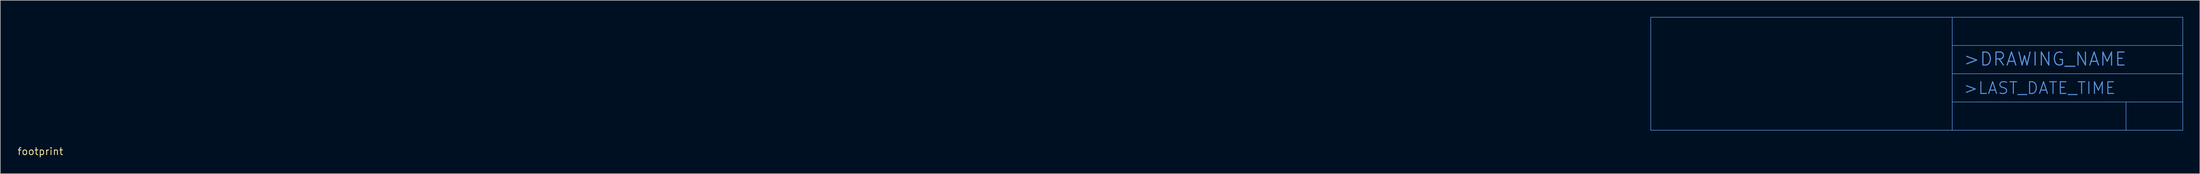
<source format=kicad_pcb>
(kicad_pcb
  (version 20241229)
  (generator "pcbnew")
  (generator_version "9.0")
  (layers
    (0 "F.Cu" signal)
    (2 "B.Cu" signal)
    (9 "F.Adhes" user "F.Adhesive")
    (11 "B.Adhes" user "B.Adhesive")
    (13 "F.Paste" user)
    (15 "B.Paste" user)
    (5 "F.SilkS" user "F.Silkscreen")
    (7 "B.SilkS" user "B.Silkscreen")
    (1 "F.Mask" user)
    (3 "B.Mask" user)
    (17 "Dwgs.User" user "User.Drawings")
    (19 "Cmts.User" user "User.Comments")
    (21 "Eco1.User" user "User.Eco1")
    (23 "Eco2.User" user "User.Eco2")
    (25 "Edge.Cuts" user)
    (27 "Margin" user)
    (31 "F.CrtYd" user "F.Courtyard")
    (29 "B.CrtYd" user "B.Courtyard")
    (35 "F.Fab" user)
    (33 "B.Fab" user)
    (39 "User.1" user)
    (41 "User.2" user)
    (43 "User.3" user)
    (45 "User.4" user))
  (footprint "footprint"
    (layer "F.Cu")
    (at 4.18 24.181)
    (property "Reference" "footprint" (at 0 0 0) (layer "F.SilkS") (effects (font (size 1.27 1.27) (thickness 0.15))))
    (fp_line (start 288.29 -24.13) (end 342.265 -24.13) (stroke (width 0.102) (type solid)) (layer "Cmts.User"))
    (fp_line (start 288.29 -3.81) (end 288.29 -24.13) (stroke (width 0.102) (type solid)) (layer "Cmts.User"))
    (fp_line (start 288.29 -3.81) (end 342.265 -3.81) (stroke (width 0.102) (type solid)) (layer "Cmts.User"))
    (fp_line (start 342.265 -24.13) (end 383.54 -24.13) (stroke (width 0.102) (type solid)) (layer "Cmts.User"))
    (fp_line (start 342.265 -19.05) (end 342.265 -24.13) (stroke (width 0.102) (type solid)) (layer "Cmts.User"))
    (fp_line (start 342.265 -19.05) (end 383.54 -19.05) (stroke (width 0.102) (type solid)) (layer "Cmts.User"))
    (fp_line (start 342.265 -13.97) (end 342.265 -19.05) (stroke (width 0.102) (type solid)) (layer "Cmts.User"))
    (fp_line (start 342.265 -13.97) (end 383.54 -13.97) (stroke (width 0.102) (type solid)) (layer "Cmts.User"))
    (fp_line (start 342.265 -8.89) (end 342.265 -13.97) (stroke (width 0.102) (type solid)) (layer "Cmts.User"))
    (fp_line (start 342.265 -8.89) (end 342.265 -3.81) (stroke (width 0.102) (type solid)) (layer "Cmts.User"))
    (fp_line (start 342.265 -3.81) (end 373.38 -3.81) (stroke (width 0.102) (type solid)) (layer "Cmts.User"))
    (fp_line (start 373.38 -8.89) (end 342.265 -8.89) (stroke (width 0.102) (type solid)) (layer "Cmts.User"))
    (fp_line (start 373.38 -8.89) (end 383.54 -8.89) (stroke (width 0.102) (type solid)) (layer "Cmts.User"))
    (fp_line (start 373.38 -3.81) (end 373.38 -8.89) (stroke (width 0.102) (type solid)) (layer "Cmts.User"))
    (fp_line (start 373.38 -3.81) (end 383.54 -3.81) (stroke (width 0.102) (type solid)) (layer "Cmts.User"))
    (fp_line (start 383.54 -19.05) (end 383.54 -24.13) (stroke (width 0.102) (type solid)) (layer "Cmts.User"))
    (fp_line (start 383.54 -13.97) (end 383.54 -19.05) (stroke (width 0.102) (type solid)) (layer "Cmts.User"))
    (fp_line (start 383.54 -8.89) (end 383.54 -13.97) (stroke (width 0.102) (type solid)) (layer "Cmts.User"))
    (fp_line (start 383.54 -3.81) (end 383.54 -8.89) (stroke (width 0.102) (type solid)) (layer "Cmts.User"))
    (fp_text user ">LAST_DATE_TIME" (at 344.17 -10.16 0) (layer "Cmts.User") (effects (font (size 2.103 2.103) (thickness 0.183)) (justify left bottom)))
    (fp_text user ">DRAWING_NAME" (at 344.17 -15.24 0) (layer "Cmts.User") (effects (font (size 2.337 2.337) (thickness 0.203)) (justify left bottom))))
  (gr_rect
    (start -3 -3)
    (end 390.771 28.187)
    (stroke (width 0.1) (type default))
    (fill no)
    (layer "Edge.Cuts")))
</source>
